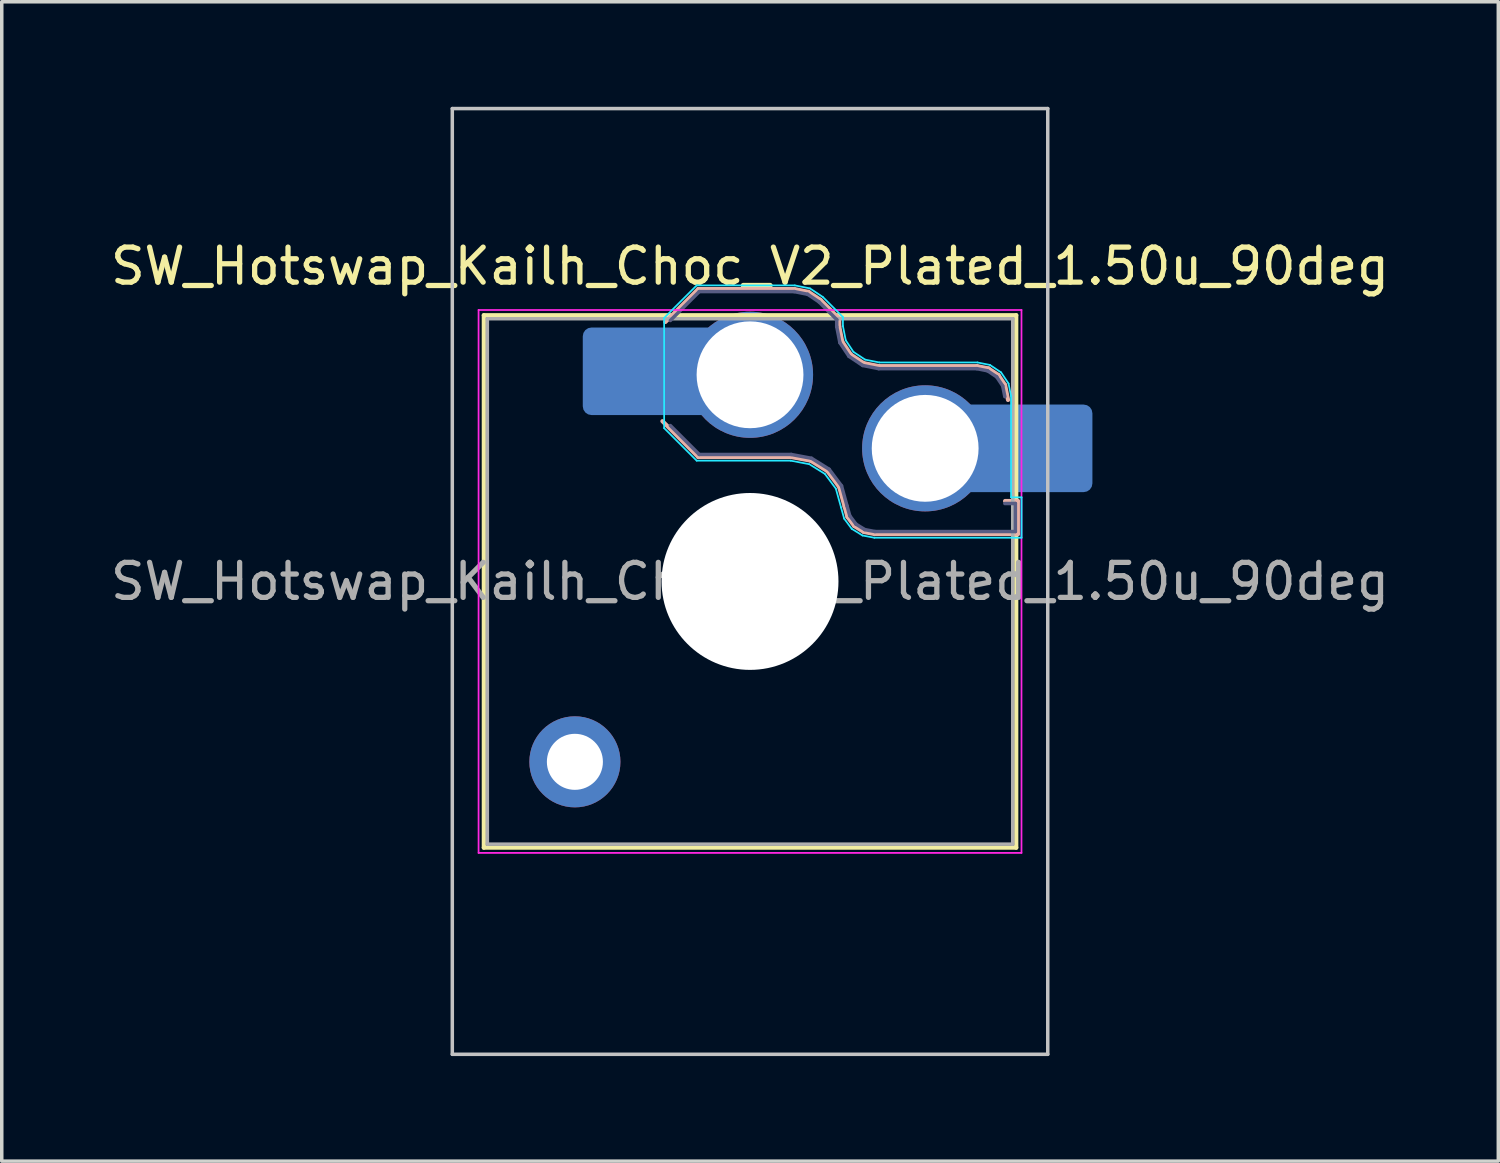
<source format=kicad_pcb>
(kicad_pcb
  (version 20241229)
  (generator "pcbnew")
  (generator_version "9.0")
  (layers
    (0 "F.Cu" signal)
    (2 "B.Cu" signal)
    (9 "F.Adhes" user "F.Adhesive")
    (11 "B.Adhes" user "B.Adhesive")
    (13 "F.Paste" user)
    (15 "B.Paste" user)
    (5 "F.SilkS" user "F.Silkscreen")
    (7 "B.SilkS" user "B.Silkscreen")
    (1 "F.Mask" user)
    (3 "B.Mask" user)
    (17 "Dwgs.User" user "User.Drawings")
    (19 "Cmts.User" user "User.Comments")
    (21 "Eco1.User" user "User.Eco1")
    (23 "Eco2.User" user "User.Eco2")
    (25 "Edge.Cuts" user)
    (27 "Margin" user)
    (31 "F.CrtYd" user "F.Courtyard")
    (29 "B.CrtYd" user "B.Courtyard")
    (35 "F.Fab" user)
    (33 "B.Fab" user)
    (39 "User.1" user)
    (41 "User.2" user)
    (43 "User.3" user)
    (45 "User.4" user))
  (footprint "SW_Hotswap_Kailh_Choc_V2_Plated_1.50u_90deg"
    (layer "F.Cu")
    (at 18.363 13.55)
    (property "Reference" "SW_Hotswap_Kailh_Choc_V2_Plated_1.50u_90deg" (at 0 -9 0) (layer "F.SilkS") (effects (font (size 1 1) (thickness 0.15))))
    (attr smd)
    (fp_line (start -7.6 -7.6) (end -7.6 7.6) (stroke (width 0.12) (type solid)) (layer "F.SilkS"))
    (fp_line (start -7.6 7.6) (end 7.6 7.6) (stroke (width 0.12) (type solid)) (layer "F.SilkS"))
    (fp_line (start 7.6 -7.6) (end -7.6 -7.6) (stroke (width 0.12) (type solid)) (layer "F.SilkS"))
    (fp_line (start 7.6 7.6) (end 7.6 -7.6) (stroke (width 0.12) (type solid)) (layer "F.SilkS"))
    (fp_line (start -2.416 -7.409) (end -1.479 -8.346) (stroke (width 0.12) (type solid)) (layer "B.SilkS"))
    (fp_line (start -1.479 -8.346) (end 1.268 -8.346) (stroke (width 0.12) (type solid)) (layer "B.SilkS"))
    (fp_line (start -1.479 -3.554) (end -2.5 -4.575) (stroke (width 0.12) (type solid)) (layer "B.SilkS"))
    (fp_line (start 1.168 -3.554) (end -1.479 -3.554) (stroke (width 0.12) (type solid)) (layer "B.SilkS"))
    (fp_line (start 1.268 -8.346) (end 1.671 -8.266) (stroke (width 0.12) (type solid)) (layer "B.SilkS"))
    (fp_line (start 1.671 -8.266) (end 2.013 -8.037) (stroke (width 0.12) (type solid)) (layer "B.SilkS"))
    (fp_line (start 1.73 -3.449) (end 1.168 -3.554) (stroke (width 0.12) (type solid)) (layer "B.SilkS"))
    (fp_line (start 2.013 -8.037) (end 2.546 -7.504) (stroke (width 0.12) (type solid)) (layer "B.SilkS"))
    (fp_line (start 2.209 -3.15) (end 1.73 -3.449) (stroke (width 0.12) (type solid)) (layer "B.SilkS"))
    (fp_line (start 2.546 -7.504) (end 2.546 -7.282) (stroke (width 0.12) (type solid)) (layer "B.SilkS"))
    (fp_line (start 2.546 -7.282) (end 2.633 -6.844) (stroke (width 0.12) (type solid)) (layer "B.SilkS"))
    (fp_line (start 2.547 -2.697) (end 2.209 -3.15) (stroke (width 0.12) (type solid)) (layer "B.SilkS"))
    (fp_line (start 2.633 -6.844) (end 2.877 -6.477) (stroke (width 0.12) (type solid)) (layer "B.SilkS"))
    (fp_line (start 2.701 -2.139) (end 2.547 -2.697) (stroke (width 0.12) (type solid)) (layer "B.SilkS"))
    (fp_line (start 2.783 -1.841) (end 2.701 -2.139) (stroke (width 0.12) (type solid)) (layer "B.SilkS"))
    (fp_line (start 2.877 -6.477) (end 3.244 -6.233) (stroke (width 0.12) (type solid)) (layer "B.SilkS"))
    (fp_line (start 2.976 -1.583) (end 2.783 -1.841) (stroke (width 0.12) (type solid)) (layer "B.SilkS"))
    (fp_line (start 3.244 -6.233) (end 3.682 -6.146) (stroke (width 0.12) (type solid)) (layer "B.SilkS"))
    (fp_line (start 3.25 -1.413) (end 2.976 -1.583) (stroke (width 0.12) (type solid)) (layer "B.SilkS"))
    (fp_line (start 3.56 -1.354) (end 3.25 -1.413) (stroke (width 0.12) (type solid)) (layer "B.SilkS"))
    (fp_line (start 3.682 -6.146) (end 6.482 -6.146) (stroke (width 0.12) (type solid)) (layer "B.SilkS"))
    (fp_line (start 6.482 -6.146) (end 6.809 -6.081) (stroke (width 0.12) (type solid)) (layer "B.SilkS"))
    (fp_line (start 6.809 -6.081) (end 7.092 -5.892) (stroke (width 0.12) (type solid)) (layer "B.SilkS"))
    (fp_line (start 7.092 -5.892) (end 7.281 -5.609) (stroke (width 0.12) (type solid)) (layer "B.SilkS"))
    (fp_line (start 7.281 -5.609) (end 7.366 -5.182) (stroke (width 0.12) (type solid)) (layer "B.SilkS"))
    (fp_line (start 7.283 -2.296) (end 7.646 -2.296) (stroke (width 0.12) (type solid)) (layer "B.SilkS"))
    (fp_line (start 7.646 -2.296) (end 7.646 -1.354) (stroke (width 0.12) (type solid)) (layer "B.SilkS"))
    (fp_line (start 7.646 -1.354) (end 3.56 -1.354) (stroke (width 0.12) (type solid)) (layer "B.SilkS"))
    (fp_line (start -8.5 -13.5) (end 8.5 -13.5) (stroke (width 0.1) (type solid)) (layer "Dwgs.User"))
    (fp_line (start -8.5 13.5) (end -8.5 -13.5) (stroke (width 0.1) (type solid)) (layer "Dwgs.User"))
    (fp_line (start 8.5 -13.5) (end 8.5 13.5) (stroke (width 0.1) (type solid)) (layer "Dwgs.User"))
    (fp_line (start 8.5 13.5) (end -8.5 13.5) (stroke (width 0.1) (type solid)) (layer "Dwgs.User"))
    (fp_line (start -7.25 -7.25) (end -7.25 7.25) (stroke (width 0.1) (type solid)) (layer "Eco1.User"))
    (fp_line (start -7.25 7.25) (end 7.25 7.25) (stroke (width 0.1) (type solid)) (layer "Eco1.User"))
    (fp_line (start 7.25 -7.25) (end -7.25 -7.25) (stroke (width 0.1) (type solid)) (layer "Eco1.User"))
    (fp_line (start 7.25 7.25) (end 7.25 -7.25) (stroke (width 0.1) (type solid)) (layer "Eco1.User"))
    (fp_line (start -2.452 -7.523) (end -1.523 -8.452) (stroke (width 0.05) (type solid)) (layer "B.CrtYd"))
    (fp_line (start -2.452 -4.377) (end -2.452 -7.523) (stroke (width 0.05) (type solid)) (layer "B.CrtYd"))
    (fp_line (start -1.523 -8.452) (end 1.278 -8.452) (stroke (width 0.05) (type solid)) (layer "B.CrtYd"))
    (fp_line (start -1.523 -3.448) (end -2.452 -4.377) (stroke (width 0.05) (type solid)) (layer "B.CrtYd"))
    (fp_line (start 1.159 -3.448) (end -1.523 -3.448) (stroke (width 0.05) (type solid)) (layer "B.CrtYd"))
    (fp_line (start 1.278 -8.452) (end 1.712 -8.366) (stroke (width 0.05) (type solid)) (layer "B.CrtYd"))
    (fp_line (start 1.691 -3.348) (end 1.159 -3.448) (stroke (width 0.05) (type solid)) (layer "B.CrtYd"))
    (fp_line (start 1.712 -8.366) (end 2.081 -8.119) (stroke (width 0.05) (type solid)) (layer "B.CrtYd"))
    (fp_line (start 2.081 -8.119) (end 2.652 -7.548) (stroke (width 0.05) (type solid)) (layer "B.CrtYd"))
    (fp_line (start 2.136 -3.071) (end 1.691 -3.348) (stroke (width 0.05) (type solid)) (layer "B.CrtYd"))
    (fp_line (start 2.45 -2.65) (end 2.136 -3.071) (stroke (width 0.05) (type solid)) (layer "B.CrtYd"))
    (fp_line (start 2.599 -2.111) (end 2.45 -2.65) (stroke (width 0.05) (type solid)) (layer "B.CrtYd"))
    (fp_line (start 2.652 -7.548) (end 2.652 -7.292) (stroke (width 0.05) (type solid)) (layer "B.CrtYd"))
    (fp_line (start 2.652 -7.292) (end 2.733 -6.885) (stroke (width 0.05) (type solid)) (layer "B.CrtYd"))
    (fp_line (start 2.687 -1.794) (end 2.599 -2.111) (stroke (width 0.05) (type solid)) (layer "B.CrtYd"))
    (fp_line (start 2.733 -6.885) (end 2.953 -6.553) (stroke (width 0.05) (type solid)) (layer "B.CrtYd"))
    (fp_line (start 2.903 -1.503) (end 2.687 -1.794) (stroke (width 0.05) (type solid)) (layer "B.CrtYd"))
    (fp_line (start 2.953 -6.553) (end 3.285 -6.333) (stroke (width 0.05) (type solid)) (layer "B.CrtYd"))
    (fp_line (start 3.211 -1.312) (end 2.903 -1.503) (stroke (width 0.05) (type solid)) (layer "B.CrtYd"))
    (fp_line (start 3.285 -6.333) (end 3.692 -6.252) (stroke (width 0.05) (type solid)) (layer "B.CrtYd"))
    (fp_line (start 3.55 -1.248) (end 3.211 -1.312) (stroke (width 0.05) (type solid)) (layer "B.CrtYd"))
    (fp_line (start 3.692 -6.252) (end 6.492 -6.252) (stroke (width 0.05) (type solid)) (layer "B.CrtYd"))
    (fp_line (start 6.492 -6.252) (end 6.85 -6.181) (stroke (width 0.05) (type solid)) (layer "B.CrtYd"))
    (fp_line (start 6.85 -6.181) (end 7.168 -5.968) (stroke (width 0.05) (type solid)) (layer "B.CrtYd"))
    (fp_line (start 7.168 -5.968) (end 7.381 -5.65) (stroke (width 0.05) (type solid)) (layer "B.CrtYd"))
    (fp_line (start 7.381 -5.65) (end 7.452 -5.292) (stroke (width 0.05) (type solid)) (layer "B.CrtYd"))
    (fp_line (start 7.452 -5.292) (end 7.452 -2.402) (stroke (width 0.05) (type solid)) (layer "B.CrtYd"))
    (fp_line (start 7.452 -2.402) (end 7.752 -2.402) (stroke (width 0.05) (type solid)) (layer "B.CrtYd"))
    (fp_line (start 7.752 -2.402) (end 7.752 -1.248) (stroke (width 0.05) (type solid)) (layer "B.CrtYd"))
    (fp_line (start 7.752 -1.248) (end 3.55 -1.248) (stroke (width 0.05) (type solid)) (layer "B.CrtYd"))
    (fp_line (start -7.75 -7.75) (end -7.75 7.75) (stroke (width 0.05) (type solid)) (layer "F.CrtYd"))
    (fp_line (start -7.75 7.75) (end 7.75 7.75) (stroke (width 0.05) (type solid)) (layer "F.CrtYd"))
    (fp_line (start 7.75 -7.75) (end -7.75 -7.75) (stroke (width 0.05) (type solid)) (layer "F.CrtYd"))
    (fp_line (start 7.75 7.75) (end 7.75 -7.75) (stroke (width 0.05) (type solid)) (layer "F.CrtYd"))
    (fp_line (start -2.275 -7.45) (end -1.45 -8.275) (stroke (width 0.1) (type solid)) (layer "B.Fab"))
    (fp_line (start -1.45 -8.275) (end 1.261 -8.275) (stroke (width 0.1) (type solid)) (layer "B.Fab"))
    (fp_line (start -1.45 -3.625) (end -2.275 -4.45) (stroke (width 0.1) (type solid)) (layer "B.Fab"))
    (fp_line (start 1.175 -3.625) (end -1.45 -3.625) (stroke (width 0.1) (type solid)) (layer "B.Fab"))
    (fp_line (start 1.261 -8.275) (end 1.643 -8.199) (stroke (width 0.1) (type solid)) (layer "B.Fab"))
    (fp_line (start 1.643 -8.199) (end 1.968 -7.982) (stroke (width 0.1) (type solid)) (layer "B.Fab"))
    (fp_line (start 1.756 -3.516) (end 1.175 -3.625) (stroke (width 0.1) (type solid)) (layer "B.Fab"))
    (fp_line (start 1.968 -7.982) (end 2.475 -7.475) (stroke (width 0.1) (type solid)) (layer "B.Fab"))
    (fp_line (start 2.258 -3.203) (end 1.756 -3.516) (stroke (width 0.1) (type solid)) (layer "B.Fab"))
    (fp_line (start 2.475 -7.475) (end 2.475 -7.275) (stroke (width 0.1) (type solid)) (layer "B.Fab"))
    (fp_line (start 2.475 -7.275) (end 2.566 -6.816) (stroke (width 0.1) (type solid)) (layer "B.Fab"))
    (fp_line (start 2.566 -6.816) (end 2.826 -6.426) (stroke (width 0.1) (type solid)) (layer "B.Fab"))
    (fp_line (start 2.612 -2.729) (end 2.258 -3.203) (stroke (width 0.1) (type solid)) (layer "B.Fab"))
    (fp_line (start 2.769 -2.158) (end 2.612 -2.729) (stroke (width 0.1) (type solid)) (layer "B.Fab"))
    (fp_line (start 2.826 -6.426) (end 3.216 -6.166) (stroke (width 0.1) (type solid)) (layer "B.Fab"))
    (fp_line (start 2.848 -1.873) (end 2.769 -2.158) (stroke (width 0.1) (type solid)) (layer "B.Fab"))
    (fp_line (start 3.025 -1.636) (end 2.848 -1.873) (stroke (width 0.1) (type solid)) (layer "B.Fab"))
    (fp_line (start 3.216 -6.166) (end 3.675 -6.075) (stroke (width 0.1) (type solid)) (layer "B.Fab"))
    (fp_line (start 3.276 -1.48) (end 3.025 -1.636) (stroke (width 0.1) (type solid)) (layer "B.Fab"))
    (fp_line (start 3.567 -1.425) (end 3.276 -1.48) (stroke (width 0.1) (type solid)) (layer "B.Fab"))
    (fp_line (start 3.675 -6.075) (end 6.475 -6.075) (stroke (width 0.1) (type solid)) (layer "B.Fab"))
    (fp_line (start 6.475 -6.075) (end 6.781 -6.014) (stroke (width 0.1) (type solid)) (layer "B.Fab"))
    (fp_line (start 6.781 -6.014) (end 7.041 -5.841) (stroke (width 0.1) (type solid)) (layer "B.Fab"))
    (fp_line (start 7.041 -5.841) (end 7.214 -5.581) (stroke (width 0.1) (type solid)) (layer "B.Fab"))
    (fp_line (start 7.214 -5.581) (end 7.275 -5.275) (stroke (width 0.1) (type solid)) (layer "B.Fab"))
    (fp_line (start 7.275 -2.225) (end 7.575 -2.225) (stroke (width 0.1) (type solid)) (layer "B.Fab"))
    (fp_line (start 7.575 -2.225) (end 7.575 -1.425) (stroke (width 0.1) (type solid)) (layer "B.Fab"))
    (fp_line (start 7.575 -1.425) (end 3.567 -1.425) (stroke (width 0.1) (type solid)) (layer "B.Fab"))
    (fp_line (start -7.5 -7.5) (end -7.5 7.5) (stroke (width 0.1) (type solid)) (layer "F.Fab"))
    (fp_line (start -7.5 7.5) (end 7.5 7.5) (stroke (width 0.1) (type solid)) (layer "F.Fab"))
    (fp_line (start 7.5 -7.5) (end -7.5 -7.5) (stroke (width 0.1) (type solid)) (layer "F.Fab"))
    (fp_line (start 7.5 7.5) (end 7.5 -7.5) (stroke (width 0.1) (type solid)) (layer "F.Fab"))
    (fp_text user "${REFERENCE}" (at 0 0 0) (layer "F.Fab") (effects (font (size 1 1) (thickness 0.15))))
    (pad "" thru_hole circle (at -5 5.15) (size 2.6 2.6) (drill 1.6) (layers "*.Cu" "*.Mask"))
    (pad "" smd roundrect (at -3.5 -6) (size 2.55 2.5) (layers "B.Mask" "B.Paste") (roundrect_rratio 0.1))
    (pad "" np_thru_hole circle (at 0 0) (size 5.05 5.05) (drill 5.05) (layers "*.Cu" "*.Mask"))
    (pad "" smd roundrect (at 8.5 -3.8) (size 2.55 2.5) (layers "B.Mask" "B.Paste") (roundrect_rratio 0.1))
    (pad "1" smd roundrect (at -2.85 -6) (size 3.85 2.5) (layers "B.Cu") (roundrect_rratio 0.1))
    (pad "1" thru_hole circle (at 0 -5.9) (size 3.6 3.6) (drill 3.05) (layers "*.Cu" "*.Mask"))
    (pad "2" thru_hole circle (at 5 -3.8) (size 3.6 3.6) (drill 3.05) (layers "*.Cu" "*.Mask"))
    (pad "2" smd roundrect (at 7.85 -3.8) (size 3.85 2.5) (layers "B.Cu") (roundrect_rratio 0.1)))
  (gr_rect
    (start -3 -3)
    (end 39.726 30.1)
    (stroke (width 0.1) (type default))
    (fill no)
    (layer "Edge.Cuts")))
</source>
